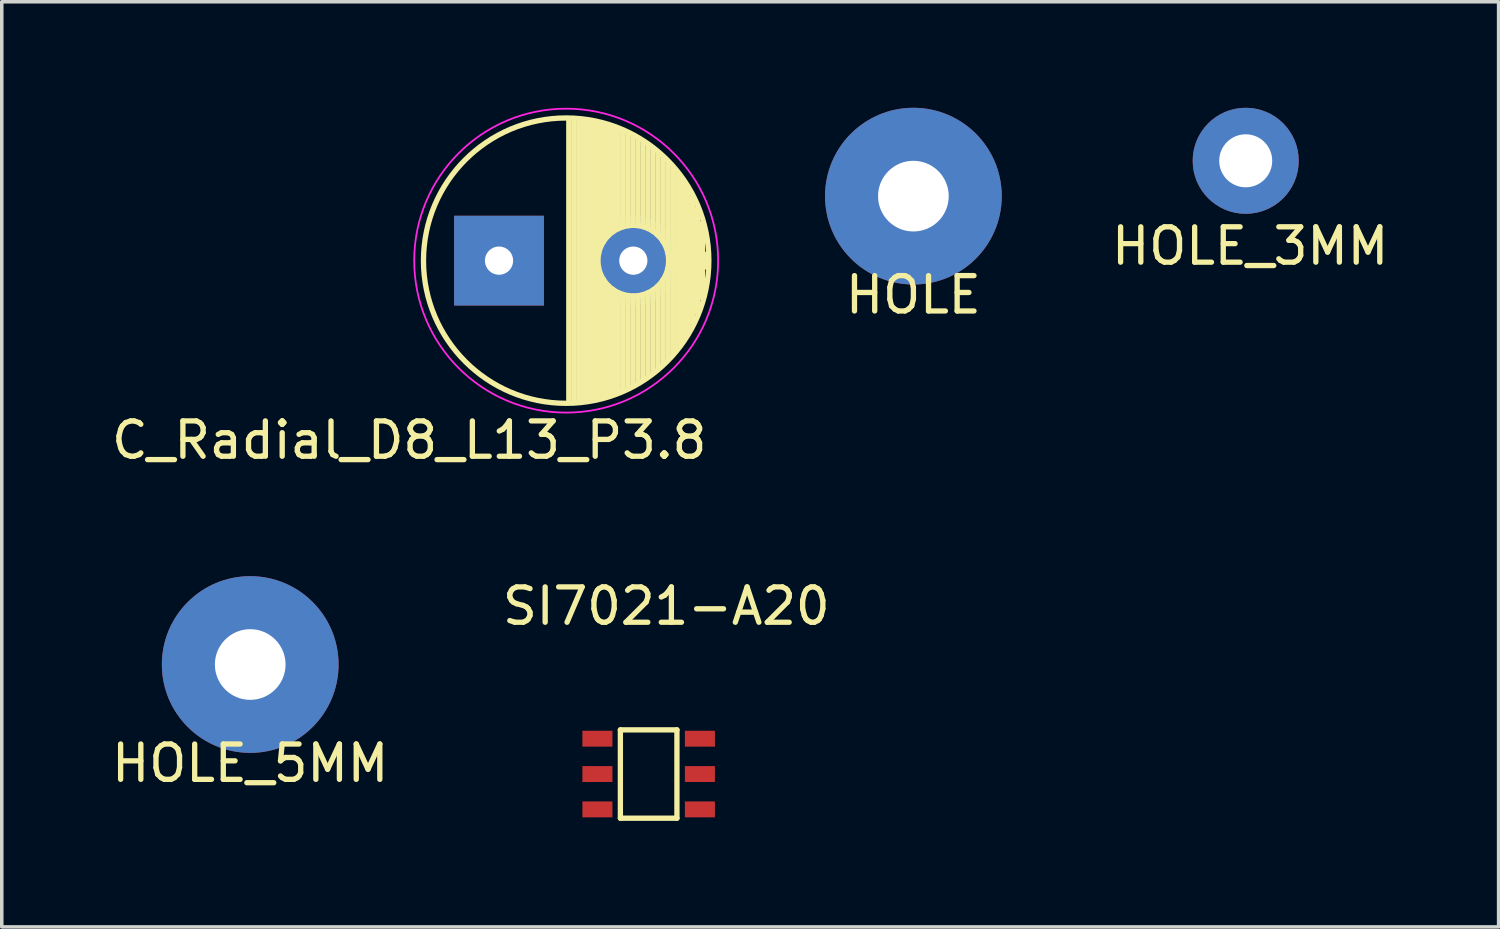
<source format=kicad_pcb>
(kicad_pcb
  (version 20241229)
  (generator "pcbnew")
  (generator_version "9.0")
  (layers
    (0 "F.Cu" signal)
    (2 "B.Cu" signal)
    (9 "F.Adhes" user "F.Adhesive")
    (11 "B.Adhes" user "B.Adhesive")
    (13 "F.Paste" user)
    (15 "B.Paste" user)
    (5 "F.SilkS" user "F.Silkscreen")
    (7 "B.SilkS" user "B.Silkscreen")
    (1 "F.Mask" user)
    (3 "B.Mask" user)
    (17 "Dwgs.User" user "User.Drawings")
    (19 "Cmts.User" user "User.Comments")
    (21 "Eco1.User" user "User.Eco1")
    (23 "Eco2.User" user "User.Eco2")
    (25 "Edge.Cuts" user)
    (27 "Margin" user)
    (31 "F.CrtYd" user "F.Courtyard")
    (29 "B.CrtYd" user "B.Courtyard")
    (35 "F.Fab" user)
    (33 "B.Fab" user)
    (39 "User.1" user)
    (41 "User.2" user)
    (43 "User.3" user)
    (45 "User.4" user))
  (footprint "SI7021-A20"
    (layer "F.Cu")
    (at 15.304 18.852)
    (property "Reference" "SI7021-A20" (at 0.5 -4.75 0) (layer "F.SilkS") (effects (font (size 1 1) (thickness 0.15))))
    (attr through_hole)
    (fp_line (start -0.8 -1.25) (end -0.8 1.25) (stroke (width 0.15) (type solid)) (layer "F.SilkS"))
    (fp_line (start -0.8 -1.25) (end 0.8 -1.25) (stroke (width 0.15) (type solid)) (layer "F.SilkS"))
    (fp_line (start 0.8 -1.25) (end 0.8 1.25) (stroke (width 0.15) (type solid)) (layer "F.SilkS"))
    (fp_line (start 0.8 1.25) (end -0.8 1.25) (stroke (width 0.15) (type solid)) (layer "F.SilkS"))
    (pad "1" smd rect (at -1.45 -1) (size 0.85 0.45) (layers "F.Cu" "F.Mask" "F.Paste"))
    (pad "2" smd rect (at -1.45 0) (size 0.85 0.45) (layers "F.Cu" "F.Mask" "F.Paste"))
    (pad "3" smd rect (at -1.45 1) (size 0.85 0.45) (layers "F.Cu" "F.Mask" "F.Paste"))
    (pad "4" smd rect (at 1.45 1) (size 0.85 0.45) (layers "F.Cu" "F.Mask" "F.Paste"))
    (pad "5" smd rect (at 1.45 0) (size 0.85 0.45) (layers "F.Cu" "F.Mask" "F.Paste"))
    (pad "6" smd rect (at 1.45 -1) (size 0.85 0.45) (layers "F.Cu" "F.Mask" "F.Paste")))
  (footprint "C_Radial_D8_L13_P3.8"
    (layer "F.Cu")
    (at 11.07 4.325)
    (property "Reference" "C_Radial_D8_L13_P3.8" (at -2.54 5.08 0) (layer "F.SilkS") (effects (font (size 1 1) (thickness 0.15))))
    (attr through_hole)
    (fp_line (start 1.975 -3.999) (end 1.975 3.999) (stroke (width 0.15) (type solid)) (layer "F.SilkS"))
    (fp_line (start 2.115 -3.994) (end 2.115 3.994) (stroke (width 0.15) (type solid)) (layer "F.SilkS"))
    (fp_line (start 2.255 -3.984) (end 2.255 3.984) (stroke (width 0.15) (type solid)) (layer "F.SilkS"))
    (fp_line (start 2.395 -3.969) (end 2.395 3.969) (stroke (width 0.15) (type solid)) (layer "F.SilkS"))
    (fp_line (start 2.535 -3.949) (end 2.535 3.949) (stroke (width 0.15) (type solid)) (layer "F.SilkS"))
    (fp_line (start 2.675 -3.924) (end 2.675 3.924) (stroke (width 0.15) (type solid)) (layer "F.SilkS"))
    (fp_line (start 2.815 -3.894) (end 2.815 -0.173) (stroke (width 0.15) (type solid)) (layer "F.SilkS"))
    (fp_line (start 2.815 0.173) (end 2.815 3.894) (stroke (width 0.15) (type solid)) (layer "F.SilkS"))
    (fp_line (start 2.955 -3.858) (end 2.955 -0.535) (stroke (width 0.15) (type solid)) (layer "F.SilkS"))
    (fp_line (start 2.955 0.535) (end 2.955 3.858) (stroke (width 0.15) (type solid)) (layer "F.SilkS"))
    (fp_line (start 3.095 -3.817) (end 3.095 -0.709) (stroke (width 0.15) (type solid)) (layer "F.SilkS"))
    (fp_line (start 3.095 0.709) (end 3.095 3.817) (stroke (width 0.15) (type solid)) (layer "F.SilkS"))
    (fp_line (start 3.235 -3.771) (end 3.235 -0.825) (stroke (width 0.15) (type solid)) (layer "F.SilkS"))
    (fp_line (start 3.235 0.825) (end 3.235 3.771) (stroke (width 0.15) (type solid)) (layer "F.SilkS"))
    (fp_line (start 3.375 -3.718) (end 3.375 -0.905) (stroke (width 0.15) (type solid)) (layer "F.SilkS"))
    (fp_line (start 3.375 0.905) (end 3.375 3.718) (stroke (width 0.15) (type solid)) (layer "F.SilkS"))
    (fp_line (start 3.515 -3.659) (end 3.515 -0.959) (stroke (width 0.15) (type solid)) (layer "F.SilkS"))
    (fp_line (start 3.515 0.959) (end 3.515 3.659) (stroke (width 0.15) (type solid)) (layer "F.SilkS"))
    (fp_line (start 3.655 -3.594) (end 3.655 -0.989) (stroke (width 0.15) (type solid)) (layer "F.SilkS"))
    (fp_line (start 3.655 0.989) (end 3.655 3.594) (stroke (width 0.15) (type solid)) (layer "F.SilkS"))
    (fp_line (start 3.795 -3.523) (end 3.795 -1) (stroke (width 0.15) (type solid)) (layer "F.SilkS"))
    (fp_line (start 3.795 1) (end 3.795 3.523) (stroke (width 0.15) (type solid)) (layer "F.SilkS"))
    (fp_line (start 3.935 -3.444) (end 3.935 -0.991) (stroke (width 0.15) (type solid)) (layer "F.SilkS"))
    (fp_line (start 3.935 0.991) (end 3.935 3.444) (stroke (width 0.15) (type solid)) (layer "F.SilkS"))
    (fp_line (start 4.075 -3.357) (end 4.075 -0.961) (stroke (width 0.15) (type solid)) (layer "F.SilkS"))
    (fp_line (start 4.075 0.961) (end 4.075 3.357) (stroke (width 0.15) (type solid)) (layer "F.SilkS"))
    (fp_line (start 4.215 -3.262) (end 4.215 -0.91) (stroke (width 0.15) (type solid)) (layer "F.SilkS"))
    (fp_line (start 4.215 0.91) (end 4.215 3.262) (stroke (width 0.15) (type solid)) (layer "F.SilkS"))
    (fp_line (start 4.355 -3.158) (end 4.355 -0.832) (stroke (width 0.15) (type solid)) (layer "F.SilkS"))
    (fp_line (start 4.355 0.832) (end 4.355 3.158) (stroke (width 0.15) (type solid)) (layer "F.SilkS"))
    (fp_line (start 4.495 -3.044) (end 4.495 -0.719) (stroke (width 0.15) (type solid)) (layer "F.SilkS"))
    (fp_line (start 4.495 0.719) (end 4.495 3.044) (stroke (width 0.15) (type solid)) (layer "F.SilkS"))
    (fp_line (start 4.635 -2.919) (end 4.635 -0.55) (stroke (width 0.15) (type solid)) (layer "F.SilkS"))
    (fp_line (start 4.635 0.55) (end 4.635 2.919) (stroke (width 0.15) (type solid)) (layer "F.SilkS"))
    (fp_line (start 4.775 -2.781) (end 4.775 -0.222) (stroke (width 0.15) (type solid)) (layer "F.SilkS"))
    (fp_line (start 4.775 0.222) (end 4.775 2.781) (stroke (width 0.15) (type solid)) (layer "F.SilkS"))
    (fp_line (start 4.915 -2.629) (end 4.915 2.629) (stroke (width 0.15) (type solid)) (layer "F.SilkS"))
    (fp_line (start 5.055 -2.459) (end 5.055 2.459) (stroke (width 0.15) (type solid)) (layer "F.SilkS"))
    (fp_line (start 5.195 -2.268) (end 5.195 2.268) (stroke (width 0.15) (type solid)) (layer "F.SilkS"))
    (fp_line (start 5.335 -2.05) (end 5.335 2.05) (stroke (width 0.15) (type solid)) (layer "F.SilkS"))
    (fp_line (start 5.475 -1.794) (end 5.475 1.794) (stroke (width 0.15) (type solid)) (layer "F.SilkS"))
    (fp_line (start 5.615 -1.483) (end 5.615 1.483) (stroke (width 0.15) (type solid)) (layer "F.SilkS"))
    (fp_line (start 5.755 -1.067) (end 5.755 1.067) (stroke (width 0.15) (type solid)) (layer "F.SilkS"))
    (fp_line (start 5.895 -0.2) (end 5.895 0.2) (stroke (width 0.15) (type solid)) (layer "F.SilkS"))
    (fp_circle (center 1.9 0) (end 1.9 -4.037) (stroke (width 0.15) (type solid)) (fill no) (layer "F.SilkS"))
    (fp_circle (center 3.8 0) (end 3.8 -1) (stroke (width 0.15) (type solid)) (fill no) (layer "F.SilkS"))
    (fp_circle (center 1.9 0) (end 1.9 -4.3) (stroke (width 0.05) (type solid)) (fill no) (layer "F.CrtYd"))
    (pad "1" thru_hole rect (at 0 0) (size 2.54 2.54) (drill 0.8) (layers "*.Cu" "*.Mask"))
    (pad "2" thru_hole circle (at 3.8 0) (size 2.54 2.54) (drill 0.8) (layers "*.Cu" "*.Mask")))
  (footprint "HOLE"
    (layer "F.Cu")
    (at 22.795 2.5)
    (property "Reference" "HOLE" (at 0 2.794 0) (layer "F.SilkS") (effects (font (size 1 1) (thickness 0.15))))
    (attr through_hole)
    (pad "1" thru_hole circle (at 0 0) (size 5 5) (drill 2) (layers "*.Cu" "*.Mask")))
  (footprint "HOLE_5MM"
    (layer "F.Cu")
    (at 4.03 15.753)
    (property "Reference" "HOLE_5MM" (at 0 2.794 0) (layer "F.SilkS") (effects (font (size 1 1) (thickness 0.15))))
    (attr through_hole)
    (pad "1" thru_hole circle (at 0 0) (size 5 5) (drill 2) (layers "*.Cu" "*.Mask")))
  (footprint "HOLE_3MM"
    (layer "F.Cu")
    (at 32.198 1.5)
    (property "Reference" "HOLE_3MM" (at 0.127 2.413 0) (layer "F.SilkS") (effects (font (size 1 1) (thickness 0.15))))
    (attr through_hole)
    (pad "2" thru_hole circle (at 0 0) (size 3 3) (drill 1.5) (layers "*.Cu" "*.Mask")))
  (gr_rect
    (start -3 -3)
    (end 39.354 23.177)
    (stroke (width 0.1) (type default))
    (fill no)
    (layer "Edge.Cuts")))
</source>
